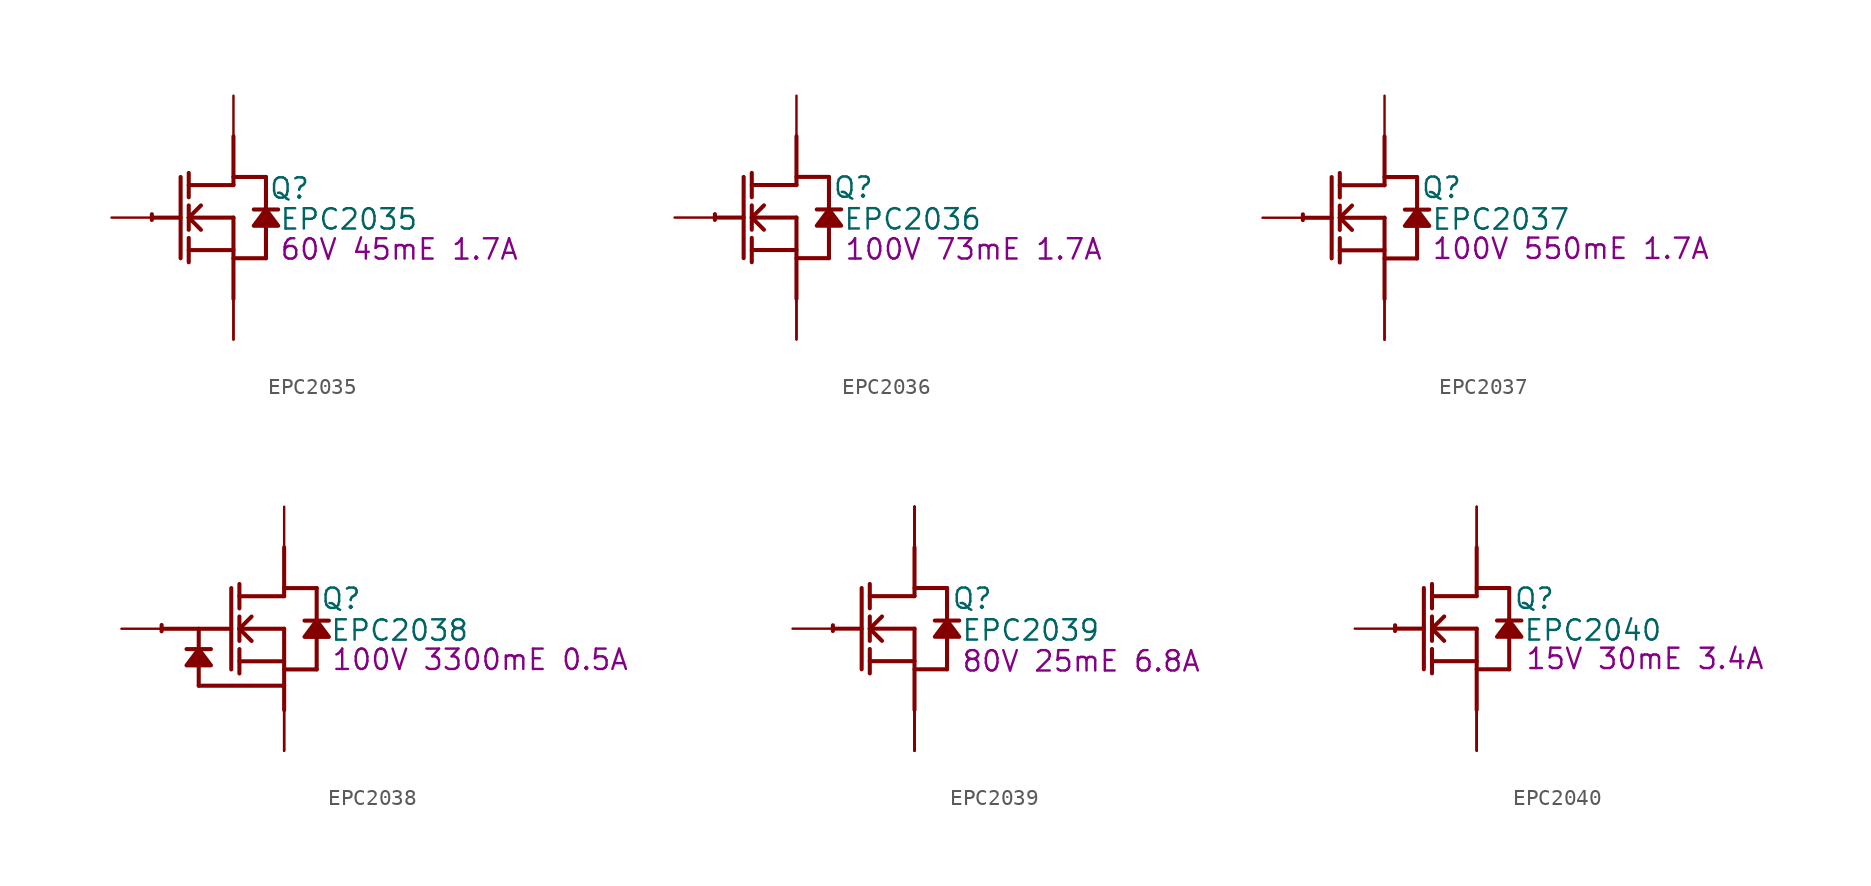
<source format=kicad_sym>
(kicad_symbol_lib
  (version 20241209)
  (generator "kicad_symbol_editor")
  (generator_version "9.0")
  (symbol "EPC2035"
    (property "Reference" "Q"
      (at 3.505 1.829 0)
      (effects (font (size 1.27 1.27))))
    (property "Value" "EPC2035"
      (at 7.214 -0.102 0)
      (effects (font (size 1.27 1.27))))
    (property "Description" "60V 45mE 1.7A"
      (at 10.363 -1.981 0)
      (effects (font (size 1.27 1.27))))
    (symbol "EPC2035_1_0"
      (polyline (pts (xy -5.08 0) (xy -3.302 0)) (stroke (width 0.254) (type solid)) (fill (type none)))
      (polyline (pts (xy -3.302 2.54) (xy -3.302 -2.54)) (stroke (width 0.254) (type solid)) (fill (type none)))
      (polyline (pts (xy -2.794 1.27) (xy -2.794 2.794)) (stroke (width 0.254) (type solid)) (fill (type none)))
      (polyline (pts (xy -2.794 0) (xy -2.032 0.762)) (stroke (width 0.254) (type solid)) (fill (type none)))
      (polyline (pts (xy -2.794 0) (xy 0 0)) (stroke (width 0.254) (type solid)) (fill (type none)))
      (polyline (pts (xy -2.794 -0.762) (xy -2.794 0.762)) (stroke (width 0.254) (type solid)) (fill (type none)))
      (polyline (pts (xy -2.794 -2.032) (xy 0 -2.032)) (stroke (width 0.254) (type solid)) (fill (type none)))
      (polyline (pts (xy -2.794 -2.794) (xy -2.794 -1.27)) (stroke (width 0.254) (type solid)) (fill (type none)))
      (polyline (pts (xy -2.032 -0.762) (xy -2.794 0)) (stroke (width 0.254) (type solid)) (fill (type none)))
      (polyline (pts (xy 0 2.54) (xy 2.032 2.54)) (stroke (width 0.254) (type solid)) (fill (type none)))
      (polyline (pts (xy 0 2.032) (xy -2.794 2.032)) (stroke (width 0.254) (type solid)) (fill (type none)))
      (polyline (pts (xy 0 2.032) (xy 0 5.08)) (stroke (width 0.254) (type solid)) (fill (type none)))
      (polyline (pts (xy 0 0) (xy 0 -5.08)) (stroke (width 0.254) (type solid)) (fill (type none)))
      (polyline (pts (xy 0 -2.54) (xy 2.032 -2.54)) (stroke (width 0.254) (type solid)) (fill (type none)))
      (arc (start -5.1019 -0.1467) (mid -5.1039 0.0331) (end -5.0996 0.2128) (stroke (width 0.254) (type solid)) (fill (type none)))
      (polyline (pts (xy 2.032 2.54) (xy 2.032 0.508)) (stroke (width 0.254) (type solid)) (fill (type none)))
      (polyline (pts (xy 2.032 0.508) (xy 1.27 -0.508) (xy 2.794 -0.508) (xy 2.032 0.508)) (stroke (width 0.254) (type solid)) (fill (type outline)))
      (polyline (pts (xy 2.032 -0.508) (xy 2.032 -2.54)) (stroke (width 0.254) (type solid)) (fill (type none)))
      (polyline (pts (xy 2.794 0.508) (xy 1.27 0.508)) (stroke (width 0.254) (type solid)) (fill (type none)))
      (pin passive line (at -7.62 0 0) (length 2.54) (name "G" (effects (font (size 0 0)))) (number "1" (effects (font (size 0 0)))))
      (pin open_collector line (at 0 7.62 270) (length 2.54) (name "D1" (effects (font (size 0 0)))) (number "3" (effects (font (size 0 0)))))
      (pin open_emitter line (at 0 -7.62 90) (length 2.54) (name "S1" (effects (font (size 0 0)))) (number "2" (effects (font (size 0 0)))))
      (pin open_emitter line (at 0 -7.62 90) (length 2.54) (name "S2" (effects (font (size 0 0)))) (number "4" (effects (font (size 0 0)))))))
  (symbol "EPC2036"
    (property "Reference" "Q"
      (at 3.556 1.88 0)
      (effects (font (size 1.27 1.27))))
    (property "Value" "EPC2036"
      (at 7.264 -0.102 0)
      (effects (font (size 1.27 1.27))))
    (property "Description" "100V 73mE 1.7A"
      (at 11.074 -1.981 0)
      (effects (font (size 1.27 1.27))))
    (symbol "EPC2036_1_0"
      (polyline (pts (xy -5.08 0) (xy -3.302 0)) (stroke (width 0.254) (type solid)) (fill (type none)))
      (polyline (pts (xy -3.302 2.54) (xy -3.302 -2.54)) (stroke (width 0.254) (type solid)) (fill (type none)))
      (polyline (pts (xy -2.794 1.27) (xy -2.794 2.794)) (stroke (width 0.254) (type solid)) (fill (type none)))
      (polyline (pts (xy -2.794 0) (xy -2.032 0.762)) (stroke (width 0.254) (type solid)) (fill (type none)))
      (polyline (pts (xy -2.794 0) (xy 0 0)) (stroke (width 0.254) (type solid)) (fill (type none)))
      (polyline (pts (xy -2.794 -0.762) (xy -2.794 0.762)) (stroke (width 0.254) (type solid)) (fill (type none)))
      (polyline (pts (xy -2.794 -2.032) (xy 0 -2.032)) (stroke (width 0.254) (type solid)) (fill (type none)))
      (polyline (pts (xy -2.794 -2.794) (xy -2.794 -1.27)) (stroke (width 0.254) (type solid)) (fill (type none)))
      (polyline (pts (xy -2.032 -0.762) (xy -2.794 0)) (stroke (width 0.254) (type solid)) (fill (type none)))
      (polyline (pts (xy 0 2.54) (xy 2.032 2.54)) (stroke (width 0.254) (type solid)) (fill (type none)))
      (polyline (pts (xy 0 2.032) (xy -2.794 2.032)) (stroke (width 0.254) (type solid)) (fill (type none)))
      (polyline (pts (xy 0 2.032) (xy 0 5.08)) (stroke (width 0.254) (type solid)) (fill (type none)))
      (polyline (pts (xy 0 0) (xy 0 -5.08)) (stroke (width 0.254) (type solid)) (fill (type none)))
      (polyline (pts (xy 0 -2.54) (xy 2.032 -2.54)) (stroke (width 0.254) (type solid)) (fill (type none)))
      (arc (start -5.1019 -0.1467) (mid -5.1039 0.0331) (end -5.0996 0.2128) (stroke (width 0.254) (type solid)) (fill (type none)))
      (polyline (pts (xy 2.032 2.54) (xy 2.032 0.508)) (stroke (width 0.254) (type solid)) (fill (type none)))
      (polyline (pts (xy 2.032 0.508) (xy 1.27 -0.508) (xy 2.794 -0.508) (xy 2.032 0.508)) (stroke (width 0.254) (type solid)) (fill (type outline)))
      (polyline (pts (xy 2.032 -0.508) (xy 2.032 -2.54)) (stroke (width 0.254) (type solid)) (fill (type none)))
      (polyline (pts (xy 2.794 0.508) (xy 1.27 0.508)) (stroke (width 0.254) (type solid)) (fill (type none)))
      (pin passive line (at -7.62 0 0) (length 2.54) (name "G" (effects (font (size 0 0)))) (number "1" (effects (font (size 0 0)))))
      (pin open_collector line (at 0 7.62 270) (length 2.54) (name "D1" (effects (font (size 0 0)))) (number "3" (effects (font (size 0 0)))))
      (pin open_emitter line (at 0 -7.62 90) (length 2.54) (name "S1" (effects (font (size 0 0)))) (number "2" (effects (font (size 0 0)))))
      (pin open_emitter line (at 0 -7.62 90) (length 2.54) (name "S2" (effects (font (size 0 0)))) (number "4" (effects (font (size 0 0)))))))
  (symbol "EPC2037"
    (property "Reference" "Q"
      (at 3.556 1.88 0)
      (effects (font (size 1.27 1.27))))
    (property "Value" "EPC2037"
      (at 7.264 -0.102 0)
      (effects (font (size 1.27 1.27))))
    (property "Description" "100V 550mE 1.7A"
      (at 11.633 -1.93 0)
      (effects (font (size 1.27 1.27))))
    (symbol "EPC2037_1_0"
      (polyline (pts (xy -5.08 0) (xy -3.302 0)) (stroke (width 0.254) (type solid)) (fill (type none)))
      (polyline (pts (xy -3.302 2.54) (xy -3.302 -2.54)) (stroke (width 0.254) (type solid)) (fill (type none)))
      (polyline (pts (xy -2.794 1.27) (xy -2.794 2.794)) (stroke (width 0.254) (type solid)) (fill (type none)))
      (polyline (pts (xy -2.794 0) (xy -2.032 0.762)) (stroke (width 0.254) (type solid)) (fill (type none)))
      (polyline (pts (xy -2.794 0) (xy 0 0)) (stroke (width 0.254) (type solid)) (fill (type none)))
      (polyline (pts (xy -2.794 -0.762) (xy -2.794 0.762)) (stroke (width 0.254) (type solid)) (fill (type none)))
      (polyline (pts (xy -2.794 -2.032) (xy 0 -2.032)) (stroke (width 0.254) (type solid)) (fill (type none)))
      (polyline (pts (xy -2.794 -2.794) (xy -2.794 -1.27)) (stroke (width 0.254) (type solid)) (fill (type none)))
      (polyline (pts (xy -2.032 -0.762) (xy -2.794 0)) (stroke (width 0.254) (type solid)) (fill (type none)))
      (polyline (pts (xy 0 2.54) (xy 2.032 2.54)) (stroke (width 0.254) (type solid)) (fill (type none)))
      (polyline (pts (xy 0 2.032) (xy -2.794 2.032)) (stroke (width 0.254) (type solid)) (fill (type none)))
      (polyline (pts (xy 0 2.032) (xy 0 5.08)) (stroke (width 0.254) (type solid)) (fill (type none)))
      (polyline (pts (xy 0 0) (xy 0 -5.08)) (stroke (width 0.254) (type solid)) (fill (type none)))
      (polyline (pts (xy 0 -2.54) (xy 2.032 -2.54)) (stroke (width 0.254) (type solid)) (fill (type none)))
      (arc (start -5.1019 -0.1467) (mid -5.1039 0.0331) (end -5.0996 0.2128) (stroke (width 0.254) (type solid)) (fill (type none)))
      (polyline (pts (xy 2.032 2.54) (xy 2.032 0.508)) (stroke (width 0.254) (type solid)) (fill (type none)))
      (polyline (pts (xy 2.032 0.508) (xy 1.27 -0.508) (xy 2.794 -0.508) (xy 2.032 0.508)) (stroke (width 0.254) (type solid)) (fill (type outline)))
      (polyline (pts (xy 2.032 -0.508) (xy 2.032 -2.54)) (stroke (width 0.254) (type solid)) (fill (type none)))
      (polyline (pts (xy 2.794 0.508) (xy 1.27 0.508)) (stroke (width 0.254) (type solid)) (fill (type none)))
      (pin passive line (at -7.62 0 0) (length 2.54) (name "G" (effects (font (size 0 0)))) (number "1" (effects (font (size 0 0)))))
      (pin open_collector line (at 0 7.62 270) (length 2.54) (name "D1" (effects (font (size 0 0)))) (number "3" (effects (font (size 0 0)))))
      (pin open_emitter line (at 0 -7.62 90) (length 2.54) (name "S1" (effects (font (size 0 0)))) (number "2" (effects (font (size 0 0)))))
      (pin open_emitter line (at 0 -7.62 90) (length 2.54) (name "S2" (effects (font (size 0 0)))) (number "4" (effects (font (size 0 0)))))))
  (symbol "EPC2038"
    (property "Reference" "Q"
      (at 3.556 1.88 0)
      (effects (font (size 1.27 1.27))))
    (property "Value" "EPC2038"
      (at 7.214 -0.102 0)
      (effects (font (size 1.27 1.27))))
    (property "Description" "100V 3300mE 0.5A"
      (at 12.243 -1.93 0)
      (effects (font (size 1.27 1.27))))
    (symbol "EPC2038_1_0"
      (polyline (pts (xy -7.62 0) (xy -3.302 0)) (stroke (width 0.254) (type solid)) (fill (type none)))
      (polyline (pts (xy -5.334 0) (xy -5.334 -1.27)) (stroke (width 0.254) (type solid)) (fill (type none)))
      (polyline (pts (xy -5.334 -1.27) (xy -6.096 -2.286) (xy -4.572 -2.286) (xy -5.334 -1.27)) (stroke (width 0.254) (type solid)) (fill (type outline)))
      (polyline (pts (xy -5.334 -2.286) (xy -5.334 -3.556)) (stroke (width 0.254) (type solid)) (fill (type none)))
      (polyline (pts (xy -5.334 -3.556) (xy 0 -3.556)) (stroke (width 0.254) (type solid)) (fill (type none)))
      (polyline (pts (xy -4.572 -1.27) (xy -6.096 -1.27)) (stroke (width 0.254) (type solid)) (fill (type none)))
      (polyline (pts (xy -3.302 2.54) (xy -3.302 -2.54)) (stroke (width 0.254) (type solid)) (fill (type none)))
      (polyline (pts (xy -2.794 1.27) (xy -2.794 2.794)) (stroke (width 0.254) (type solid)) (fill (type none)))
      (polyline (pts (xy -2.794 0) (xy -2.032 0.762)) (stroke (width 0.254) (type solid)) (fill (type none)))
      (polyline (pts (xy -2.794 0) (xy 0 0)) (stroke (width 0.254) (type solid)) (fill (type none)))
      (polyline (pts (xy -2.794 -0.762) (xy -2.794 0.762)) (stroke (width 0.254) (type solid)) (fill (type none)))
      (polyline (pts (xy -2.794 -2.032) (xy 0 -2.032)) (stroke (width 0.254) (type solid)) (fill (type none)))
      (polyline (pts (xy -2.794 -2.794) (xy -2.794 -1.27)) (stroke (width 0.254) (type solid)) (fill (type none)))
      (arc (start -7.6537 -0.1616) (mid -7.6559 0.0364) (end -7.6511 0.2344) (stroke (width 0.254) (type solid)) (fill (type none)))
      (polyline (pts (xy -2.032 -0.762) (xy -2.794 0)) (stroke (width 0.254) (type solid)) (fill (type none)))
      (polyline (pts (xy 0 2.54) (xy 2.032 2.54)) (stroke (width 0.254) (type solid)) (fill (type none)))
      (polyline (pts (xy 0 2.032) (xy -2.794 2.032)) (stroke (width 0.254) (type solid)) (fill (type none)))
      (polyline (pts (xy 0 2.032) (xy 0 5.08)) (stroke (width 0.254) (type solid)) (fill (type none)))
      (polyline (pts (xy 0 0) (xy 0 -5.08)) (stroke (width 0.254) (type solid)) (fill (type none)))
      (polyline (pts (xy 0 -2.54) (xy 2.032 -2.54)) (stroke (width 0.254) (type solid)) (fill (type none)))
      (polyline (pts (xy 2.032 2.54) (xy 2.032 0.508)) (stroke (width 0.254) (type solid)) (fill (type none)))
      (polyline (pts (xy 2.032 0.508) (xy 1.27 -0.508) (xy 2.794 -0.508) (xy 2.032 0.508)) (stroke (width 0.254) (type solid)) (fill (type outline)))
      (polyline (pts (xy 2.032 -0.508) (xy 2.032 -2.54)) (stroke (width 0.254) (type solid)) (fill (type none)))
      (polyline (pts (xy 2.794 0.508) (xy 1.27 0.508)) (stroke (width 0.254) (type solid)) (fill (type none)))
      (pin passive line (at -10.16 0 0) (length 2.54) (name "G" (effects (font (size 0 0)))) (number "1" (effects (font (size 0 0)))))
      (pin open_collector line (at 0 7.62 270) (length 2.54) (name "D1" (effects (font (size 0 0)))) (number "3" (effects (font (size 0 0)))))
      (pin open_emitter line (at 0 -7.62 90) (length 2.54) (name "S1" (effects (font (size 0 0)))) (number "2" (effects (font (size 0 0)))))
      (pin open_emitter line (at 0 -7.62 90) (length 2.54) (name "S2" (effects (font (size 0 0)))) (number "4" (effects (font (size 0 0)))))))
  (symbol "EPC2039"
    (property "Reference" "Q"
      (at 3.607 1.88 0)
      (effects (font (size 1.27 1.27))))
    (property "Value" "EPC2039"
      (at 7.264 -0.102 0)
      (effects (font (size 1.27 1.27))))
    (property "Description" "80V 25mE 6.8A"
      (at 10.414 -2.032 0)
      (effects (font (size 1.27 1.27))))
    (symbol "EPC2039_1_0"
      (polyline (pts (xy -5.08 0) (xy -3.302 0)) (stroke (width 0.254) (type solid)) (fill (type none)))
      (polyline (pts (xy -3.302 2.54) (xy -3.302 -2.54)) (stroke (width 0.254) (type solid)) (fill (type none)))
      (polyline (pts (xy -2.794 1.27) (xy -2.794 2.794)) (stroke (width 0.254) (type solid)) (fill (type none)))
      (polyline (pts (xy -2.794 0) (xy -2.032 0.762)) (stroke (width 0.254) (type solid)) (fill (type none)))
      (polyline (pts (xy -2.794 0) (xy 0 0)) (stroke (width 0.254) (type solid)) (fill (type none)))
      (polyline (pts (xy -2.794 -0.762) (xy -2.794 0.762)) (stroke (width 0.254) (type solid)) (fill (type none)))
      (polyline (pts (xy -2.794 -2.032) (xy 0 -2.032)) (stroke (width 0.254) (type solid)) (fill (type none)))
      (polyline (pts (xy -2.794 -2.794) (xy -2.794 -1.27)) (stroke (width 0.254) (type solid)) (fill (type none)))
      (polyline (pts (xy -2.032 -0.762) (xy -2.794 0)) (stroke (width 0.254) (type solid)) (fill (type none)))
      (polyline (pts (xy 0 2.54) (xy 2.032 2.54)) (stroke (width 0.254) (type solid)) (fill (type none)))
      (polyline (pts (xy 0 2.032) (xy -2.794 2.032)) (stroke (width 0.254) (type solid)) (fill (type none)))
      (polyline (pts (xy 0 2.032) (xy 0 5.08)) (stroke (width 0.254) (type solid)) (fill (type none)))
      (polyline (pts (xy 0 0) (xy 0 -5.08)) (stroke (width 0.254) (type solid)) (fill (type none)))
      (polyline (pts (xy 0 -2.54) (xy 2.032 -2.54)) (stroke (width 0.254) (type solid)) (fill (type none)))
      (arc (start -5.1019 -0.1467) (mid -5.1039 0.0331) (end -5.0996 0.2128) (stroke (width 0.254) (type solid)) (fill (type none)))
      (polyline (pts (xy 2.032 2.54) (xy 2.032 0.508)) (stroke (width 0.254) (type solid)) (fill (type none)))
      (polyline (pts (xy 2.032 0.508) (xy 1.27 -0.508) (xy 2.794 -0.508) (xy 2.032 0.508)) (stroke (width 0.254) (type solid)) (fill (type outline)))
      (polyline (pts (xy 2.032 -0.508) (xy 2.032 -2.54)) (stroke (width 0.254) (type solid)) (fill (type none)))
      (polyline (pts (xy 2.794 0.508) (xy 1.27 0.508)) (stroke (width 0.254) (type solid)) (fill (type none)))
      (pin passive line (at -7.62 0 0) (length 2.54) (name "G" (effects (font (size 0 0)))) (number "1" (effects (font (size 0 0)))))
      (pin open_collector line (at 0 7.62 270) (length 2.54) (name "D1" (effects (font (size 0 0)))) (number "4" (effects (font (size 0 0)))))
      (pin open_collector line (at 0 7.62 270) (length 2.54) (name "D2" (effects (font (size 0 0)))) (number "5" (effects (font (size 0 0)))))
      (pin open_collector line (at 0 7.62 270) (length 2.54) (name "D3" (effects (font (size 0 0)))) (number "6" (effects (font (size 0 0)))))
      (pin open_collector line (at 0 7.62 270) (length 2.54) (name "D4" (effects (font (size 0 0)))) (number "7" (effects (font (size 0 0)))))
      (pin open_emitter line (at 0 -7.62 90) (length 2.54) (name "S1" (effects (font (size 0 0)))) (number "2" (effects (font (size 0 0)))))
      (pin open_emitter line (at 0 -7.62 90) (length 2.54) (name "S2" (effects (font (size 0 0)))) (number "3" (effects (font (size 0 0)))))
      (pin open_emitter line (at 0 -7.62 90) (length 2.54) (name "S3" (effects (font (size 0 0)))) (number "8" (effects (font (size 0 0)))))
      (pin open_emitter line (at 0 -7.62 90) (length 2.54) (name "S4" (effects (font (size 0 0)))) (number "9" (effects (font (size 0 0)))))))
  (symbol "EPC2040"
    (property "Reference" "Q"
      (at 3.607 1.88 0)
      (effects (font (size 1.27 1.27))))
    (property "Value" "EPC2040"
      (at 7.264 -0.102 0)
      (effects (font (size 1.27 1.27))))
    (property "Description" "15V 30mE 3.4A"
      (at 10.516 -1.88 0)
      (effects (font (size 1.27 1.27))))
    (symbol "EPC2040_1_0"
      (polyline (pts (xy -5.08 0) (xy -3.302 0)) (stroke (width 0.254) (type solid)) (fill (type none)))
      (polyline (pts (xy -3.302 2.54) (xy -3.302 -2.54)) (stroke (width 0.254) (type solid)) (fill (type none)))
      (polyline (pts (xy -2.794 1.27) (xy -2.794 2.794)) (stroke (width 0.254) (type solid)) (fill (type none)))
      (polyline (pts (xy -2.794 0) (xy -2.032 0.762)) (stroke (width 0.254) (type solid)) (fill (type none)))
      (polyline (pts (xy -2.794 0) (xy 0 0)) (stroke (width 0.254) (type solid)) (fill (type none)))
      (polyline (pts (xy -2.794 -0.762) (xy -2.794 0.762)) (stroke (width 0.254) (type solid)) (fill (type none)))
      (polyline (pts (xy -2.794 -2.032) (xy 0 -2.032)) (stroke (width 0.254) (type solid)) (fill (type none)))
      (polyline (pts (xy -2.794 -2.794) (xy -2.794 -1.27)) (stroke (width 0.254) (type solid)) (fill (type none)))
      (polyline (pts (xy -2.032 -0.762) (xy -2.794 0)) (stroke (width 0.254) (type solid)) (fill (type none)))
      (polyline (pts (xy 0 2.54) (xy 2.032 2.54)) (stroke (width 0.254) (type solid)) (fill (type none)))
      (polyline (pts (xy 0 2.032) (xy -2.794 2.032)) (stroke (width 0.254) (type solid)) (fill (type none)))
      (polyline (pts (xy 0 2.032) (xy 0 5.08)) (stroke (width 0.254) (type solid)) (fill (type none)))
      (polyline (pts (xy 0 0) (xy 0 -5.08)) (stroke (width 0.254) (type solid)) (fill (type none)))
      (polyline (pts (xy 0 -2.54) (xy 2.032 -2.54)) (stroke (width 0.254) (type solid)) (fill (type none)))
      (arc (start -5.1019 -0.1467) (mid -5.1039 0.0331) (end -5.0996 0.2128) (stroke (width 0.254) (type solid)) (fill (type none)))
      (polyline (pts (xy 2.032 2.54) (xy 2.032 0.508)) (stroke (width 0.254) (type solid)) (fill (type none)))
      (polyline (pts (xy 2.032 0.508) (xy 1.27 -0.508) (xy 2.794 -0.508) (xy 2.032 0.508)) (stroke (width 0.254) (type solid)) (fill (type outline)))
      (polyline (pts (xy 2.032 -0.508) (xy 2.032 -2.54)) (stroke (width 0.254) (type solid)) (fill (type none)))
      (polyline (pts (xy 2.794 0.508) (xy 1.27 0.508)) (stroke (width 0.254) (type solid)) (fill (type none)))
      (pin passive line (at -7.62 0 0) (length 2.54) (name "G" (effects (font (size 0 0)))) (number "1" (effects (font (size 0 0)))))
      (pin open_collector line (at 0 7.62 270) (length 2.54) (name "D1" (effects (font (size 0 0)))) (number "2" (effects (font (size 0 0)))))
      (pin open_collector line (at 0 7.62 270) (length 2.54) (name "D2" (effects (font (size 0 0)))) (number "5" (effects (font (size 0 0)))))
      (pin open_emitter line (at 0 -7.62 90) (length 2.54) (name "S1" (effects (font (size 0 0)))) (number "3" (effects (font (size 0 0)))))
      (pin open_emitter line (at 0 -7.62 90) (length 2.54) (name "S2" (effects (font (size 0 0)))) (number "4" (effects (font (size 0 0)))))
      (pin open_emitter line (at 0 -7.62 90) (length 2.54) (name "S3" (effects (font (size 0 0)))) (number "6" (effects (font (size 0 0))))))))
</source>
